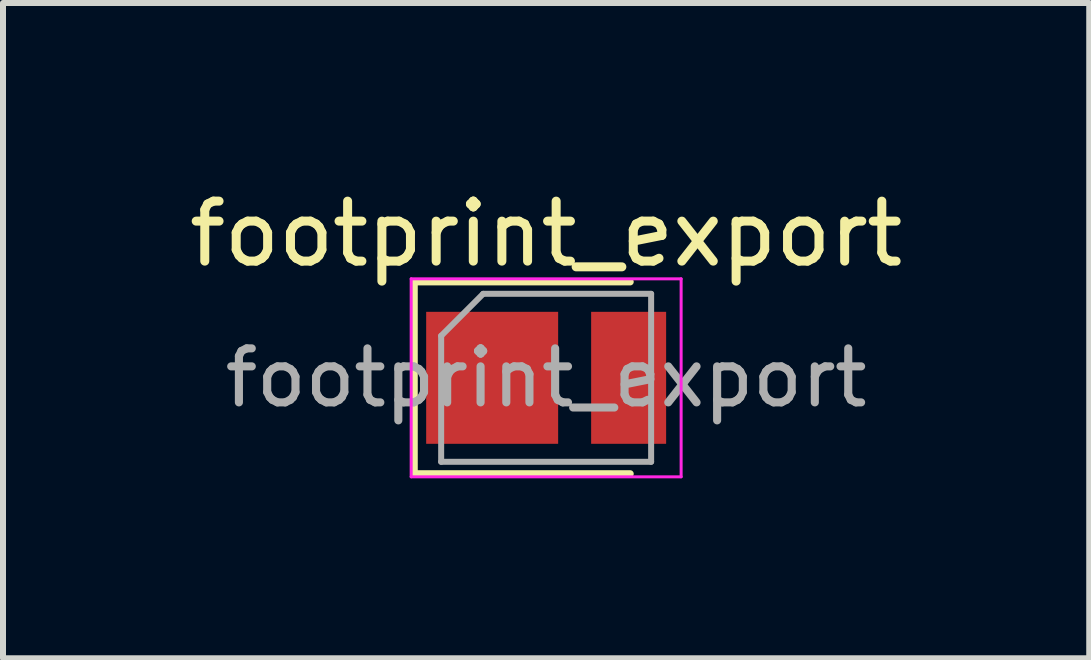
<source format=kicad_pcb>
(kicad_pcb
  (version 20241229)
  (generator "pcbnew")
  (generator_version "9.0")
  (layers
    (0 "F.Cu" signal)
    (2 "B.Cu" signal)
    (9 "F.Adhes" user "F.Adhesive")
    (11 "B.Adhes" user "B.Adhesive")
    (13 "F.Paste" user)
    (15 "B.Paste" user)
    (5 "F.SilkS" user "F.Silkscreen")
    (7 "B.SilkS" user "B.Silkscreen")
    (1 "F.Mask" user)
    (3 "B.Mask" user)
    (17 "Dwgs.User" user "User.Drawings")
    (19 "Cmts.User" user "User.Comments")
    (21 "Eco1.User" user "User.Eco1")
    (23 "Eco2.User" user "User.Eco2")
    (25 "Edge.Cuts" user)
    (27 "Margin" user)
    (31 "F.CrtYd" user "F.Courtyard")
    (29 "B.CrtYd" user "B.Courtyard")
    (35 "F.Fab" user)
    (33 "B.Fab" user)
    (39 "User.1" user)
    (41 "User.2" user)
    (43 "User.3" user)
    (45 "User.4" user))
  (footprint "footprint_export"
    (layer "F.Cu")
    (at 6.054 3.248)
    (property "Reference" "footprint_export" (at 0 -2.4 0) (layer "F.SilkS") (effects (font (size 1 1) (thickness 0.15))))
    (attr smd)
    (fp_line (start -2.2 -1.6) (end -2.2 1.6) (stroke (width 0.12) (type solid)) (layer "F.SilkS"))
    (fp_line (start 1.4 -1.6) (end -2.2 -1.6) (stroke (width 0.12) (type solid)) (layer "F.SilkS"))
    (fp_line (start 1.4 1.6) (end -2.2 1.6) (stroke (width 0.12) (type solid)) (layer "F.SilkS"))
    (fp_line (start -2.25 -1.65) (end 2.25 -1.65) (stroke (width 0.05) (type solid)) (layer "F.CrtYd"))
    (fp_line (start -2.25 1.65) (end -2.25 -1.65) (stroke (width 0.05) (type solid)) (layer "F.CrtYd"))
    (fp_line (start 2.25 -1.65) (end 2.25 1.65) (stroke (width 0.05) (type solid)) (layer "F.CrtYd"))
    (fp_line (start 2.25 1.65) (end -2.25 1.65) (stroke (width 0.05) (type solid)) (layer "F.CrtYd"))
    (fp_line (start -1.75 1.4) (end -1.75 -0.7) (stroke (width 0.1) (type solid)) (layer "F.Fab"))
    (fp_line (start -1.05 -1.4) (end -1.75 -0.7) (stroke (width 0.1) (type solid)) (layer "F.Fab"))
    (fp_line (start -1.05 -1.4) (end 1.75 -1.4) (stroke (width 0.1) (type solid)) (layer "F.Fab"))
    (fp_line (start 1.75 -1.4) (end 1.75 1.4) (stroke (width 0.1) (type solid)) (layer "F.Fab"))
    (fp_line (start 1.75 1.4) (end -1.75 1.4) (stroke (width 0.1) (type solid)) (layer "F.Fab"))
    (fp_text user "${REFERENCE}" (at 0 0 0) (layer "F.Fab") (effects (font (size 0.9 0.9) (thickness 0.135))))
    (pad "1" smd rect (at -0.9 0) (size 2.2 2.2) (layers "F.Cu" "F.Mask" "F.Paste"))
    (pad "2" smd rect (at 1.375 0) (size 1.25 2.2) (layers "F.Cu" "F.Mask" "F.Paste")))
  (gr_rect
    (start -3 -3)
    (end 15.107 7.923)
    (stroke (width 0.1) (type default))
    (fill no)
    (layer "Edge.Cuts")))
</source>
